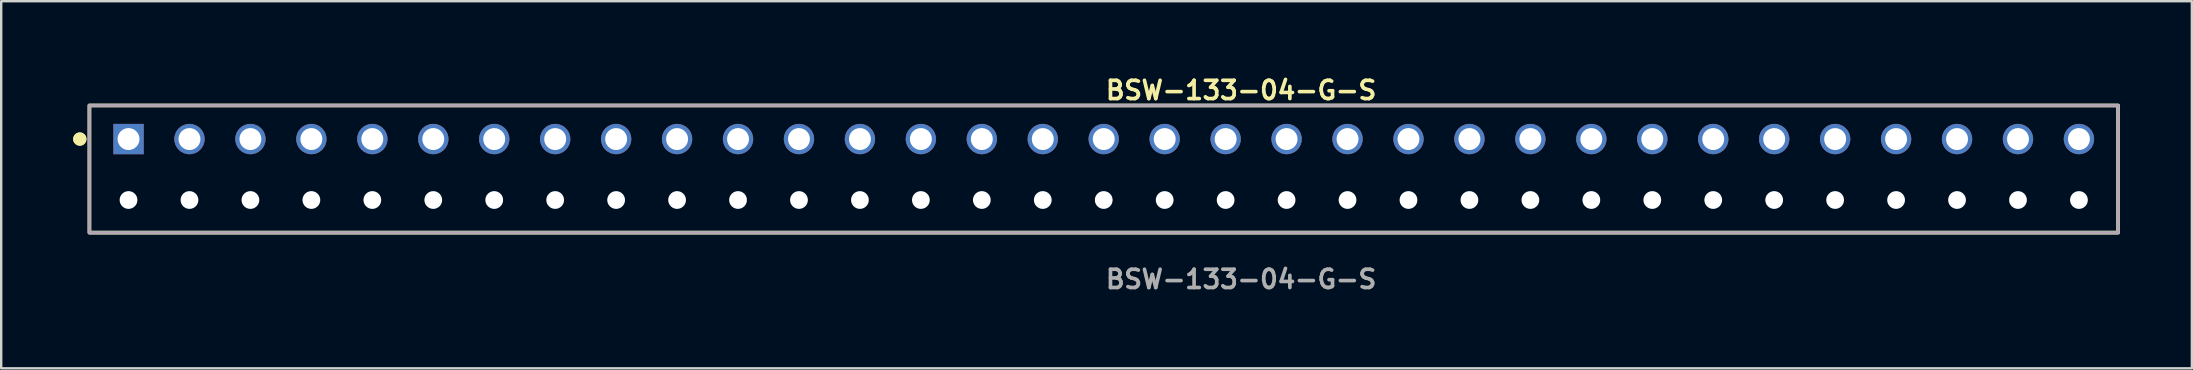
<source format=kicad_pcb>
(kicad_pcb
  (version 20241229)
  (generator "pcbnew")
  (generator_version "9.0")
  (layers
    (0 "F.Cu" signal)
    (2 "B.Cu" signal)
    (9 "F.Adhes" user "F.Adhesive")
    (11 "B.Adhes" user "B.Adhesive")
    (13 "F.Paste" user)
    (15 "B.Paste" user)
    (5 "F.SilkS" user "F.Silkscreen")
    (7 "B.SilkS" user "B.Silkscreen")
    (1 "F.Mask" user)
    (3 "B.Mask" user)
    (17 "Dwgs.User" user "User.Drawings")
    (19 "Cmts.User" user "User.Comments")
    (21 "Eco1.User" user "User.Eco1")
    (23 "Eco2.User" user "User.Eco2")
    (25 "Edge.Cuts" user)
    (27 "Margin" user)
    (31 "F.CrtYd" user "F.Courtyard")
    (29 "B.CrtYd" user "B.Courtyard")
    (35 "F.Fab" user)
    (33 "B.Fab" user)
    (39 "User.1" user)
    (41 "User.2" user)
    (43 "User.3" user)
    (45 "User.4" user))
  (footprint "BSW-133-04-G-S"
    (layer "F.Cu")
    (at 42.946 2.745)
    (property "Reference" "BSW-133-04-G-S" (at 0 -2.032 0) (unlocked yes) (layer "F.SilkS") (effects (font (size 0.762 0.762) (thickness 0.152)) (justify left)))
    (fp_rect (start -42.27 3.9) (end 42.27 -1.4) (stroke (width 0.152) (type solid)) (fill no) (layer "F.SilkS"))
    (fp_circle (center -42.67 0) (end -42.87 0) (stroke (width 0.152) (type solid)) (fill yes) (layer "F.SilkS"))
    (fp_circle (center -42.67 0) (end -42.87 0) (stroke (width 0.152) (type solid)) (fill yes) (layer "F.SilkS"))
    (fp_rect (start -42.27 3.9) (end 42.27 -1.4) (stroke (width 0.006) (type solid)) (fill no) (layer "F.CrtYd"))
    (fp_rect (start -42.27 3.9) (end 42.27 -1.4) (stroke (width 0.152) (type solid)) (fill no) (layer "F.Fab"))
    (fp_text user "${REFERENCE}" (at 0 5.842 0) (unlocked yes) (layer "F.Fab") (effects (font (size 0.762 0.762) (thickness 0.152)) (justify left)))
    (pad "" np_thru_hole circle (at -40.64 2.54) (size 0.74 0.74) (drill 0.74) (layers "*.Cu" "*.Mask"))
    (pad "" np_thru_hole circle (at -38.1 2.54) (size 0.74 0.74) (drill 0.74) (layers "*.Cu" "*.Mask"))
    (pad "" np_thru_hole circle (at -35.56 2.54) (size 0.74 0.74) (drill 0.74) (layers "*.Cu" "*.Mask"))
    (pad "" np_thru_hole circle (at -33.02 2.54) (size 0.74 0.74) (drill 0.74) (layers "*.Cu" "*.Mask"))
    (pad "" np_thru_hole circle (at -30.48 2.54) (size 0.74 0.74) (drill 0.74) (layers "*.Cu" "*.Mask"))
    (pad "" np_thru_hole circle (at -27.94 2.54) (size 0.74 0.74) (drill 0.74) (layers "*.Cu" "*.Mask"))
    (pad "" np_thru_hole circle (at -25.4 2.54) (size 0.74 0.74) (drill 0.74) (layers "*.Cu" "*.Mask"))
    (pad "" np_thru_hole circle (at -22.86 2.54) (size 0.74 0.74) (drill 0.74) (layers "*.Cu" "*.Mask"))
    (pad "" np_thru_hole circle (at -20.32 2.54) (size 0.74 0.74) (drill 0.74) (layers "*.Cu" "*.Mask"))
    (pad "" np_thru_hole circle (at -17.78 2.54) (size 0.74 0.74) (drill 0.74) (layers "*.Cu" "*.Mask"))
    (pad "" np_thru_hole circle (at -15.24 2.54) (size 0.74 0.74) (drill 0.74) (layers "*.Cu" "*.Mask"))
    (pad "" np_thru_hole circle (at -12.7 2.54) (size 0.74 0.74) (drill 0.74) (layers "*.Cu" "*.Mask"))
    (pad "" np_thru_hole circle (at -10.16 2.54) (size 0.74 0.74) (drill 0.74) (layers "*.Cu" "*.Mask"))
    (pad "" np_thru_hole circle (at -7.62 2.54) (size 0.74 0.74) (drill 0.74) (layers "*.Cu" "*.Mask"))
    (pad "" np_thru_hole circle (at -5.08 2.54) (size 0.74 0.74) (drill 0.74) (layers "*.Cu" "*.Mask"))
    (pad "" np_thru_hole circle (at -2.54 2.54) (size 0.74 0.74) (drill 0.74) (layers "*.Cu" "*.Mask"))
    (pad "" np_thru_hole circle (at 0 2.54) (size 0.74 0.74) (drill 0.74) (layers "*.Cu" "*.Mask"))
    (pad "" np_thru_hole circle (at 2.54 2.54) (size 0.74 0.74) (drill 0.74) (layers "*.Cu" "*.Mask"))
    (pad "" np_thru_hole circle (at 5.08 2.54) (size 0.74 0.74) (drill 0.74) (layers "*.Cu" "*.Mask"))
    (pad "" np_thru_hole circle (at 7.62 2.54) (size 0.74 0.74) (drill 0.74) (layers "*.Cu" "*.Mask"))
    (pad "" np_thru_hole circle (at 10.16 2.54) (size 0.74 0.74) (drill 0.74) (layers "*.Cu" "*.Mask"))
    (pad "" np_thru_hole circle (at 12.7 2.54) (size 0.74 0.74) (drill 0.74) (layers "*.Cu" "*.Mask"))
    (pad "" np_thru_hole circle (at 15.24 2.54) (size 0.74 0.74) (drill 0.74) (layers "*.Cu" "*.Mask"))
    (pad "" np_thru_hole circle (at 17.78 2.54) (size 0.74 0.74) (drill 0.74) (layers "*.Cu" "*.Mask"))
    (pad "" np_thru_hole circle (at 20.32 2.54) (size 0.74 0.74) (drill 0.74) (layers "*.Cu" "*.Mask"))
    (pad "" np_thru_hole circle (at 22.86 2.54) (size 0.74 0.74) (drill 0.74) (layers "*.Cu" "*.Mask"))
    (pad "" np_thru_hole circle (at 25.4 2.54) (size 0.74 0.74) (drill 0.74) (layers "*.Cu" "*.Mask"))
    (pad "" np_thru_hole circle (at 27.94 2.54) (size 0.74 0.74) (drill 0.74) (layers "*.Cu" "*.Mask"))
    (pad "" np_thru_hole circle (at 30.48 2.54) (size 0.74 0.74) (drill 0.74) (layers "*.Cu" "*.Mask"))
    (pad "" np_thru_hole circle (at 33.02 2.54) (size 0.74 0.74) (drill 0.74) (layers "*.Cu" "*.Mask"))
    (pad "" np_thru_hole circle (at 35.56 2.54) (size 0.74 0.74) (drill 0.74) (layers "*.Cu" "*.Mask"))
    (pad "" np_thru_hole circle (at 38.1 2.54) (size 0.74 0.74) (drill 0.74) (layers "*.Cu" "*.Mask"))
    (pad "" np_thru_hole circle (at 40.64 2.54) (size 0.74 0.74) (drill 0.74) (layers "*.Cu" "*.Mask"))
    (pad "1" thru_hole rect (at -40.64 0) (size 1.264 1.264) (drill 0.914) (layers "*.Cu" "*.Mask"))
    (pad "2" thru_hole circle (at -38.1 0) (size 1.264 1.264) (drill 0.914) (layers "*.Cu" "*.Mask"))
    (pad "3" thru_hole circle (at -35.56 0) (size 1.264 1.264) (drill 0.914) (layers "*.Cu" "*.Mask"))
    (pad "4" thru_hole circle (at -33.02 0) (size 1.264 1.264) (drill 0.914) (layers "*.Cu" "*.Mask"))
    (pad "5" thru_hole circle (at -30.48 0) (size 1.264 1.264) (drill 0.914) (layers "*.Cu" "*.Mask"))
    (pad "6" thru_hole circle (at -27.94 0) (size 1.264 1.264) (drill 0.914) (layers "*.Cu" "*.Mask"))
    (pad "7" thru_hole circle (at -25.4 0) (size 1.264 1.264) (drill 0.914) (layers "*.Cu" "*.Mask"))
    (pad "8" thru_hole circle (at -22.86 0) (size 1.264 1.264) (drill 0.914) (layers "*.Cu" "*.Mask"))
    (pad "9" thru_hole circle (at -20.32 0) (size 1.264 1.264) (drill 0.914) (layers "*.Cu" "*.Mask"))
    (pad "10" thru_hole circle (at -17.78 0) (size 1.264 1.264) (drill 0.914) (layers "*.Cu" "*.Mask"))
    (pad "11" thru_hole circle (at -15.24 0) (size 1.264 1.264) (drill 0.914) (layers "*.Cu" "*.Mask"))
    (pad "12" thru_hole circle (at -12.7 0) (size 1.264 1.264) (drill 0.914) (layers "*.Cu" "*.Mask"))
    (pad "13" thru_hole circle (at -10.16 0) (size 1.264 1.264) (drill 0.914) (layers "*.Cu" "*.Mask"))
    (pad "14" thru_hole circle (at -7.62 0) (size 1.264 1.264) (drill 0.914) (layers "*.Cu" "*.Mask"))
    (pad "15" thru_hole circle (at -5.08 0) (size 1.264 1.264) (drill 0.914) (layers "*.Cu" "*.Mask"))
    (pad "16" thru_hole circle (at -2.54 0) (size 1.264 1.264) (drill 0.914) (layers "*.Cu" "*.Mask"))
    (pad "17" thru_hole circle (at 0 0) (size 1.264 1.264) (drill 0.914) (layers "*.Cu" "*.Mask"))
    (pad "18" thru_hole circle (at 2.54 0) (size 1.264 1.264) (drill 0.914) (layers "*.Cu" "*.Mask"))
    (pad "19" thru_hole circle (at 5.08 0) (size 1.264 1.264) (drill 0.914) (layers "*.Cu" "*.Mask"))
    (pad "20" thru_hole circle (at 7.62 0) (size 1.264 1.264) (drill 0.914) (layers "*.Cu" "*.Mask"))
    (pad "21" thru_hole circle (at 10.16 0) (size 1.264 1.264) (drill 0.914) (layers "*.Cu" "*.Mask"))
    (pad "22" thru_hole circle (at 12.7 0) (size 1.264 1.264) (drill 0.914) (layers "*.Cu" "*.Mask"))
    (pad "23" thru_hole circle (at 15.24 0) (size 1.264 1.264) (drill 0.914) (layers "*.Cu" "*.Mask"))
    (pad "24" thru_hole circle (at 17.78 0) (size 1.264 1.264) (drill 0.914) (layers "*.Cu" "*.Mask"))
    (pad "25" thru_hole circle (at 20.32 0) (size 1.264 1.264) (drill 0.914) (layers "*.Cu" "*.Mask"))
    (pad "26" thru_hole circle (at 22.86 0) (size 1.264 1.264) (drill 0.914) (layers "*.Cu" "*.Mask"))
    (pad "27" thru_hole circle (at 25.4 0) (size 1.264 1.264) (drill 0.914) (layers "*.Cu" "*.Mask"))
    (pad "28" thru_hole circle (at 27.94 0) (size 1.264 1.264) (drill 0.914) (layers "*.Cu" "*.Mask"))
    (pad "29" thru_hole circle (at 30.48 0) (size 1.264 1.264) (drill 0.914) (layers "*.Cu" "*.Mask"))
    (pad "30" thru_hole circle (at 33.02 0) (size 1.264 1.264) (drill 0.914) (layers "*.Cu" "*.Mask"))
    (pad "31" thru_hole circle (at 35.56 0) (size 1.264 1.264) (drill 0.914) (layers "*.Cu" "*.Mask"))
    (pad "32" thru_hole circle (at 38.1 0) (size 1.264 1.264) (drill 0.914) (layers "*.Cu" "*.Mask"))
    (pad "33" thru_hole circle (at 40.64 0) (size 1.264 1.264) (drill 0.914) (layers "*.Cu" "*.Mask")))
  (gr_rect
    (start -3 -3)
    (end 88.292 12.3)
    (stroke (width 0.1) (type default))
    (fill no)
    (layer "Edge.Cuts")))
</source>
